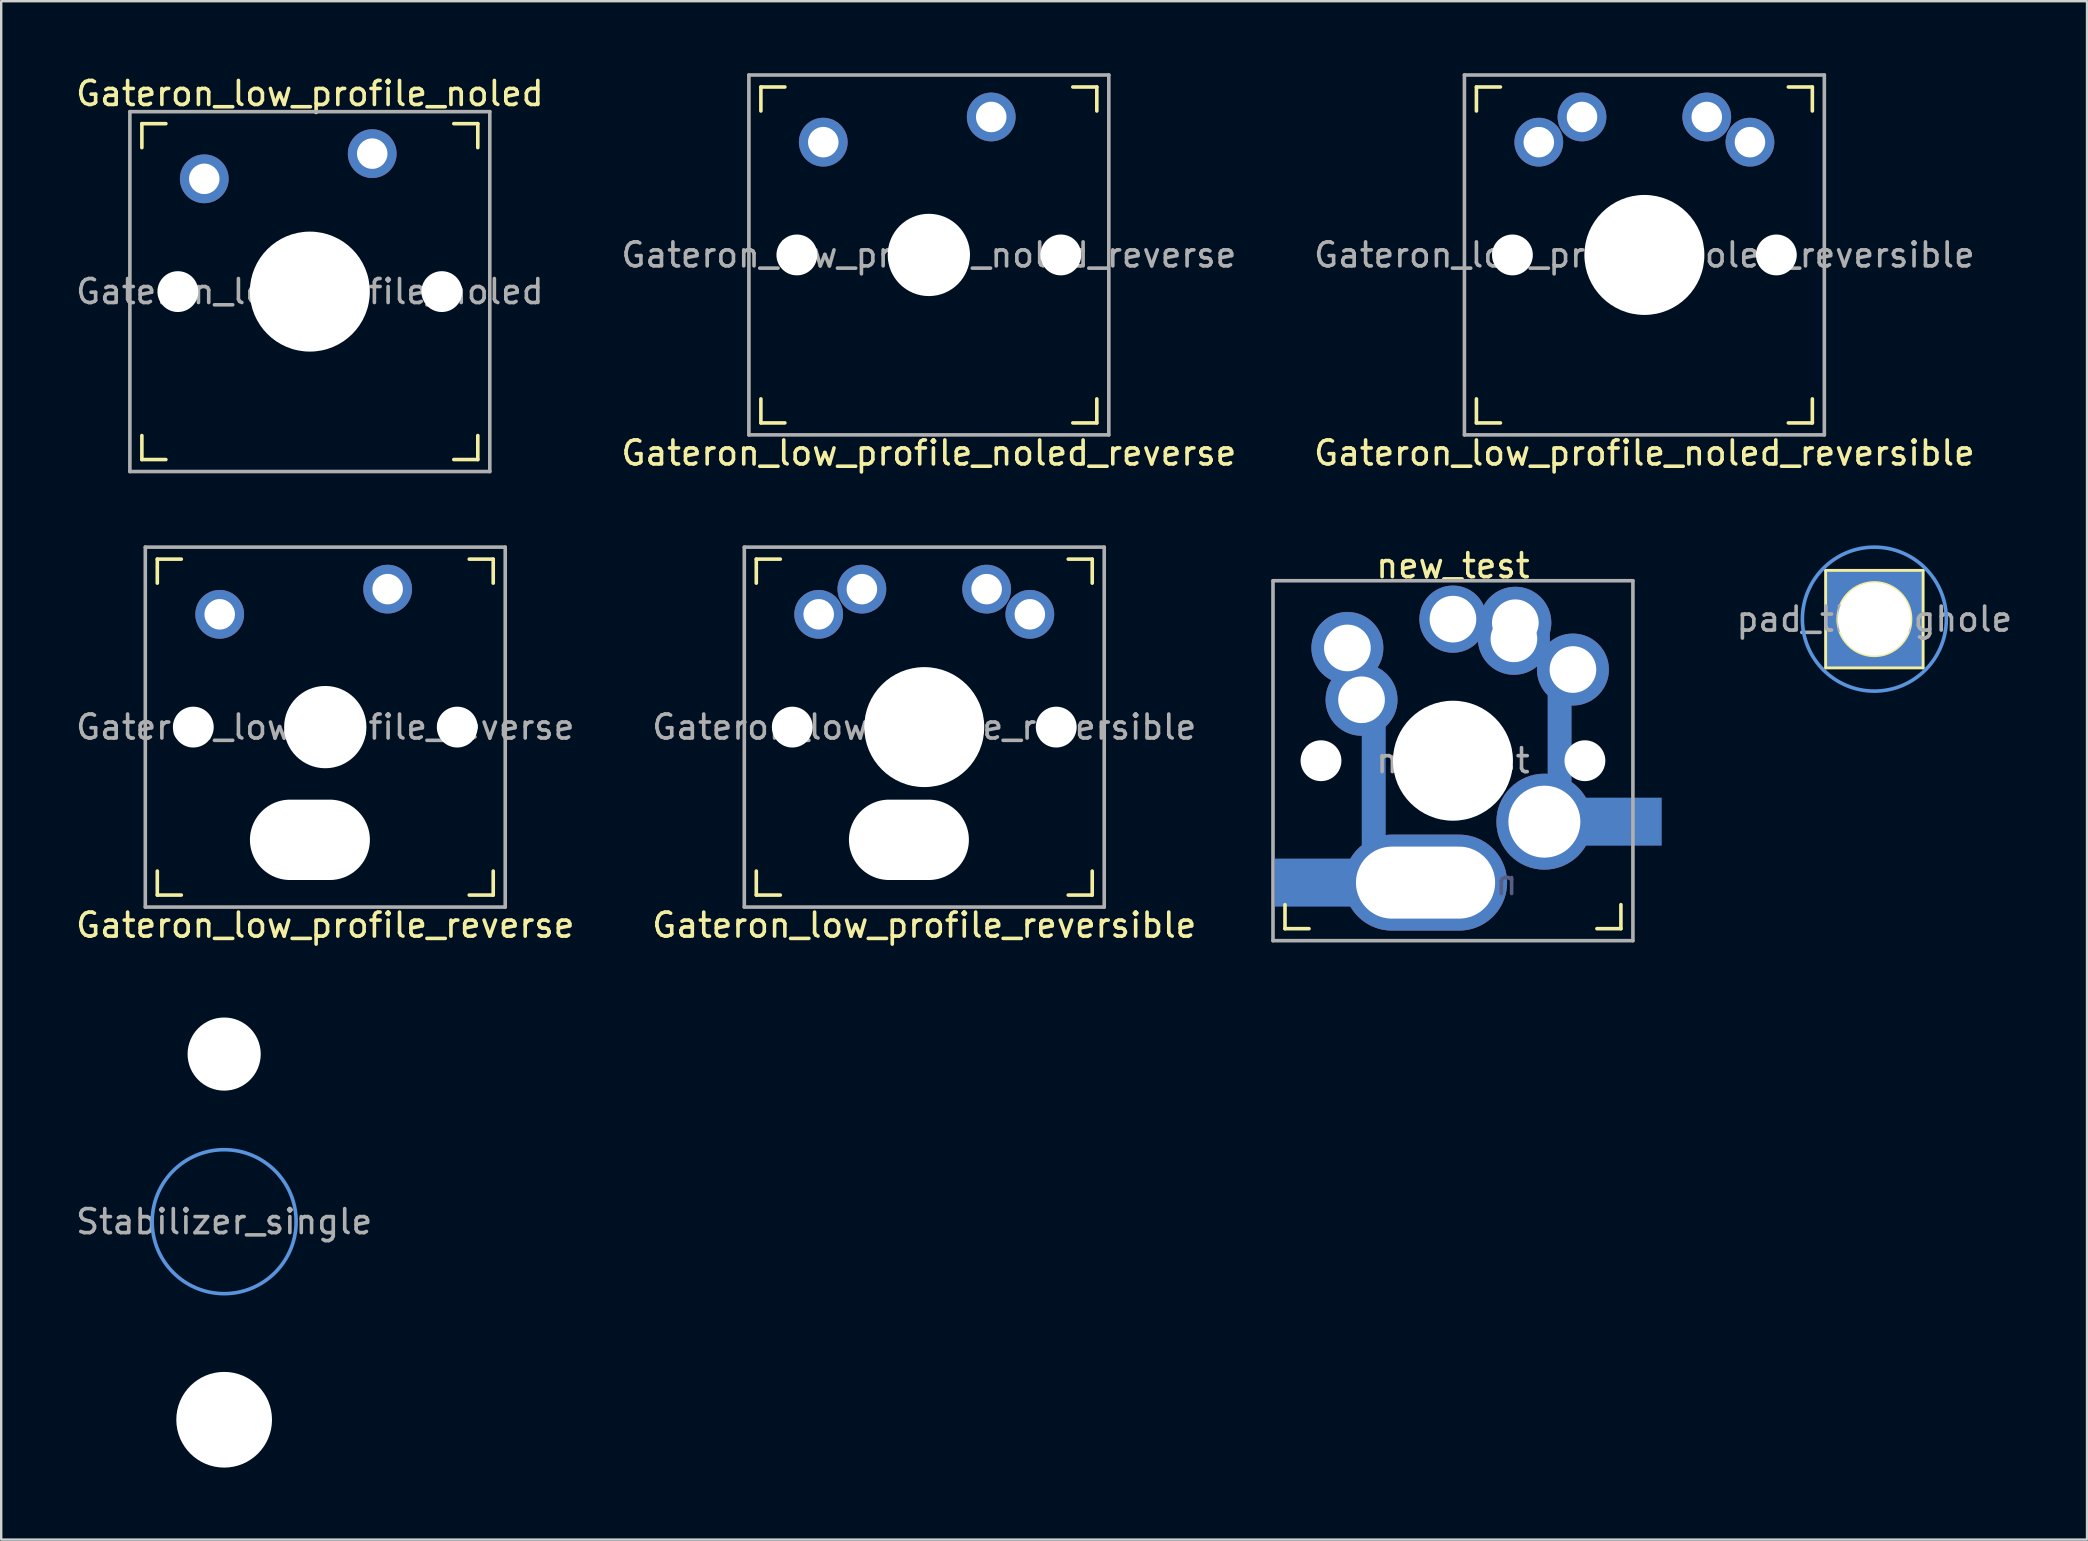
<source format=kicad_pcb>
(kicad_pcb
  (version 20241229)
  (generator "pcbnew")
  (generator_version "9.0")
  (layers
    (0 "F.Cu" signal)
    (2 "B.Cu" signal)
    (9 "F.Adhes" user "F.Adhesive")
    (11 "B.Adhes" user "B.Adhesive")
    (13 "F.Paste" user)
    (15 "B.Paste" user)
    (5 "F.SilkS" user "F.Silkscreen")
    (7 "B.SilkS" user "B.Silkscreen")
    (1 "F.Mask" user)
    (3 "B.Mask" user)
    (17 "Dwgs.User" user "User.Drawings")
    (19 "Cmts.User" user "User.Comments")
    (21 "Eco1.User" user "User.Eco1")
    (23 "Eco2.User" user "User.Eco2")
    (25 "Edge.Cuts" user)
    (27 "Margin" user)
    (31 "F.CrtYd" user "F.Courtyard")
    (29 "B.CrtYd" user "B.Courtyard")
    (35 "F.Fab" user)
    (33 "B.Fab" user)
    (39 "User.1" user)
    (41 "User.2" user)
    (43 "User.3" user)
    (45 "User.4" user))
  (footprint "new_test"
    (layer "F.Cu")
    (at 57.504 28.654)
    (property "Reference" "new_test" (at 0 -8.128 0) (layer "F.SilkS") (effects (font (size 1 1) (thickness 0.15))))
    (attr through_hole)
    (fp_line (start -7 7) (end -7 6) (stroke (width 0.15) (type solid)) (layer "F.SilkS"))
    (fp_line (start -7 7) (end -6 7) (stroke (width 0.15) (type solid)) (layer "F.SilkS"))
    (fp_line (start 6 7) (end 7 7) (stroke (width 0.15) (type solid)) (layer "F.SilkS"))
    (fp_line (start 7 6) (end 7 7) (stroke (width 0.15) (type solid)) (layer "F.SilkS"))
    (fp_line (start 5.842 0.635) (end 5.461 0.635) (stroke (width 0.15) (type solid)) (layer "B.SilkS"))
    (fp_line (start -6.9 6.9) (end -6.9 -6.9) (stroke (width 0.15) (type solid)) (layer "Eco2.User"))
    (fp_line (start -6.9 6.9) (end 6.9 6.9) (stroke (width 0.15) (type solid)) (layer "Eco2.User"))
    (fp_line (start 6.9 -6.9) (end -6.9 -6.9) (stroke (width 0.15) (type solid)) (layer "Eco2.User"))
    (fp_line (start 6.9 -6.9) (end 6.9 6.9) (stroke (width 0.15) (type solid)) (layer "Eco2.User"))
    (fp_line (start -7.5 -7.5) (end 7.5 -7.5) (stroke (width 0.15) (type solid)) (layer "F.Fab"))
    (fp_line (start -7.5 7.5) (end -7.5 -7.5) (stroke (width 0.15) (type solid)) (layer "F.Fab"))
    (fp_line (start 7.5 -7.5) (end 7.5 7.5) (stroke (width 0.15) (type solid)) (layer "F.Fab"))
    (fp_line (start 7.5 7.5) (end -7.5 7.5) (stroke (width 0.15) (type solid)) (layer "F.Fab"))
    (fp_text user "${REFERENCE}" (at -0.508 5.08 0) (layer "B.Fab") (effects (font (size 1 1) (thickness 0.15)) (justify mirror)))
    (fp_text user "${REFERENCE}" (at 0 0 180) (layer "F.Fab") (effects (font (size 1 1) (thickness 0.15))))
    (pad "" np_thru_hole circle (at -5.5 0 180) (size 1.702 1.702) (drill 1.702) (layers "*.Cu" "*.Mask"))
    (pad "" thru_hole circle (at -4.4 -4.7 180) (size 3 3) (drill 1.945) (layers "*.Cu" "*.Mask"))
    (pad "" thru_hole circle (at -3.81 -2.54) (size 3 3) (drill 1.945) (layers "*.Cu" "*.Mask"))
    (pad "" smd rect (at -3.302 1.016) (size 1 5) (layers "B.Cu"))
    (pad "" thru_hole circle (at 0 -5.9) (size 2.8 2.8) (drill 1.945) (layers "*.Cu" "*.Mask"))
    (pad "" np_thru_hole circle (at 0 0) (size 5 5) (drill 5) (layers "*.Cu" "*.Mask"))
    (pad "" thru_hole circle (at 2.54 -5.08) (size 3 3) (drill 1.945) (layers "*.Cu" "*.Mask"))
    (pad "" thru_hole circle (at 2.6 -5.75 180) (size 3 3) (drill 1.945) (layers "*.Cu" "*.Mask"))
    (pad "" smd rect (at 4.445 -1.016) (size 1 4) (layers "B.Cu"))
    (pad "" thru_hole circle (at 5 -3.8) (size 3 3) (drill 1.945) (layers "*.Cu" "*.Mask"))
    (pad "" np_thru_hole circle (at 5.5 0 180) (size 1.702 1.702) (drill 1.702) (layers "*.Cu" "*.Mask"))
    (pad "1" smd rect (at -5.82 5.08) (size 3.2 2) (layers "B.Cu" "B.Mask" "B.Paste"))
    (pad "1" thru_hole oval (at -1.143 5.08) (size 6.8 4) (drill oval 5.8 3) (layers "*.Cu" "*.Mask"))
    (pad "2" thru_hole circle (at 3.81 2.54) (size 4 4) (drill 3) (layers "*.Cu" "*.Mask"))
    (pad "2" smd rect (at 7.1 2.54) (size 3.2 2) (layers "B.Cu" "B.Mask" "B.Paste")))
  (footprint "Gateron_low_profile_reversible"
    (layer "F.Cu")
    (at 35.47 27.253)
    (property "Reference" "Gateron_low_profile_reversible" (at 0 8.255 180) (layer "F.SilkS") (effects (font (size 1 1) (thickness 0.15))))
    (attr through_hole)
    (fp_line (start -7 -6) (end -7 -7) (stroke (width 0.15) (type solid)) (layer "F.SilkS"))
    (fp_line (start -7 7) (end -7 6) (stroke (width 0.15) (type solid)) (layer "F.SilkS"))
    (fp_line (start -7 7) (end -6 7) (stroke (width 0.15) (type solid)) (layer "F.SilkS"))
    (fp_line (start -6 -7) (end -7 -7) (stroke (width 0.15) (type solid)) (layer "F.SilkS"))
    (fp_line (start 6 7) (end 7 7) (stroke (width 0.15) (type solid)) (layer "F.SilkS"))
    (fp_line (start 7 -7) (end 6 -7) (stroke (width 0.15) (type solid)) (layer "F.SilkS"))
    (fp_line (start 7 -7) (end 7 -6) (stroke (width 0.15) (type solid)) (layer "F.SilkS"))
    (fp_line (start 7 6) (end 7 7) (stroke (width 0.15) (type solid)) (layer "F.SilkS"))
    (fp_line (start -6.9 6.9) (end -6.9 -6.9) (stroke (width 0.15) (type solid)) (layer "Eco2.User"))
    (fp_line (start -6.9 6.9) (end 6.9 6.9) (stroke (width 0.15) (type solid)) (layer "Eco2.User"))
    (fp_line (start -3.048 3.1) (end -3.048 6.3) (stroke (width 0.15) (type solid)) (layer "Eco2.User"))
    (fp_line (start -3.048 6.3) (end 1.778 6.3) (stroke (width 0.15) (type solid)) (layer "Eco2.User"))
    (fp_line (start 1.778 3.1) (end -3.048 3.1) (stroke (width 0.15) (type solid)) (layer "Eco2.User"))
    (fp_line (start 1.778 3.1) (end 1.778 6.3) (stroke (width 0.15) (type solid)) (layer "Eco2.User"))
    (fp_line (start 6.9 -6.9) (end -6.9 -6.9) (stroke (width 0.15) (type solid)) (layer "Eco2.User"))
    (fp_line (start 6.9 -6.9) (end 6.9 6.9) (stroke (width 0.15) (type solid)) (layer "Eco2.User"))
    (fp_line (start -7.5 -7.5) (end 7.5 -7.5) (stroke (width 0.15) (type solid)) (layer "F.Fab"))
    (fp_line (start -7.5 7.5) (end -7.5 -7.5) (stroke (width 0.15) (type solid)) (layer "F.Fab"))
    (fp_line (start 7.5 -7.5) (end 7.5 7.5) (stroke (width 0.15) (type solid)) (layer "F.Fab"))
    (fp_line (start 7.5 7.5) (end -7.5 7.5) (stroke (width 0.15) (type solid)) (layer "F.Fab"))
    (fp_text user "${REFERENCE}" (at 0 0 180) (layer "F.Fab") (effects (font (size 1 1) (thickness 0.15))))
    (pad "" np_thru_hole circle (at -5.5 0 180) (size 1.702 1.702) (drill 1.702) (layers "*.Cu" "*.Mask"))
    (pad "" np_thru_hole oval (at -0.64 4.698) (size 5 3.35) (drill oval 5 3.35) (layers "*.Cu" "*.Mask"))
    (pad "" np_thru_hole circle (at 0 0 180) (size 5 5) (drill 5) (layers "*.Cu" "*.Mask"))
    (pad "" np_thru_hole circle (at 5.5 0 180) (size 1.702 1.702) (drill 1.702) (layers "*.Cu" "*.Mask"))
    (pad "1" thru_hole circle (at -4.4 -4.7 180) (size 2.032 2.032) (drill 1.27) (layers "*.Cu" "*.Mask"))
    (pad "1" thru_hole circle (at -2.6 -5.75 180) (size 2.032 2.032) (drill 1.27) (layers "*.Cu" "*.Mask"))
    (pad "2" thru_hole circle (at 2.6 -5.75 180) (size 2.032 2.032) (drill 1.27) (layers "*.Cu" "*.Mask"))
    (pad "2" thru_hole circle (at 4.4 -4.7 180) (size 2.032 2.032) (drill 1.27) (layers "*.Cu" "*.Mask")))
  (footprint "Gateron_low_profile_reverse"
    (layer "F.Cu")
    (at 10.506 27.253)
    (property "Reference" "Gateron_low_profile_reverse" (at 0 8.255 180) (layer "F.SilkS") (effects (font (size 1 1) (thickness 0.15))))
    (attr through_hole)
    (fp_line (start -7 -6) (end -7 -7) (stroke (width 0.15) (type solid)) (layer "F.SilkS"))
    (fp_line (start -7 7) (end -7 6) (stroke (width 0.15) (type solid)) (layer "F.SilkS"))
    (fp_line (start -7 7) (end -6 7) (stroke (width 0.15) (type solid)) (layer "F.SilkS"))
    (fp_line (start -6 -7) (end -7 -7) (stroke (width 0.15) (type solid)) (layer "F.SilkS"))
    (fp_line (start 6 7) (end 7 7) (stroke (width 0.15) (type solid)) (layer "F.SilkS"))
    (fp_line (start 7 -7) (end 6 -7) (stroke (width 0.15) (type solid)) (layer "F.SilkS"))
    (fp_line (start 7 -7) (end 7 -6) (stroke (width 0.15) (type solid)) (layer "F.SilkS"))
    (fp_line (start 7 6) (end 7 7) (stroke (width 0.15) (type solid)) (layer "F.SilkS"))
    (fp_line (start -6.9 6.9) (end -6.9 -6.9) (stroke (width 0.15) (type solid)) (layer "Eco2.User"))
    (fp_line (start -6.9 6.9) (end 6.9 6.9) (stroke (width 0.15) (type solid)) (layer "Eco2.User"))
    (fp_line (start -3.048 3.1) (end -3.048 6.3) (stroke (width 0.15) (type solid)) (layer "Eco2.User"))
    (fp_line (start -3.048 6.3) (end 1.778 6.3) (stroke (width 0.15) (type solid)) (layer "Eco2.User"))
    (fp_line (start 1.778 3.1) (end -3.048 3.1) (stroke (width 0.15) (type solid)) (layer "Eco2.User"))
    (fp_line (start 1.778 3.1) (end 1.778 6.3) (stroke (width 0.15) (type solid)) (layer "Eco2.User"))
    (fp_line (start 6.9 -6.9) (end -6.9 -6.9) (stroke (width 0.15) (type solid)) (layer "Eco2.User"))
    (fp_line (start 6.9 -6.9) (end 6.9 6.9) (stroke (width 0.15) (type solid)) (layer "Eco2.User"))
    (fp_line (start -7.5 -7.5) (end 7.5 -7.5) (stroke (width 0.15) (type solid)) (layer "F.Fab"))
    (fp_line (start -7.5 7.5) (end -7.5 -7.5) (stroke (width 0.15) (type solid)) (layer "F.Fab"))
    (fp_line (start 7.5 -7.5) (end 7.5 7.5) (stroke (width 0.15) (type solid)) (layer "F.Fab"))
    (fp_line (start 7.5 7.5) (end -7.5 7.5) (stroke (width 0.15) (type solid)) (layer "F.Fab"))
    (fp_text user "${REFERENCE}" (at 0 0 180) (layer "F.Fab") (effects (font (size 1 1) (thickness 0.15))))
    (pad "" np_thru_hole circle (at -5.5 0 180) (size 1.702 1.702) (drill 1.702) (layers "*.Cu" "*.Mask"))
    (pad "" np_thru_hole oval (at -0.64 4.698) (size 5 3.35) (drill oval 5 3.35) (layers "*.Cu" "*.Mask"))
    (pad "" np_thru_hole circle (at 0 0 180) (size 3.429 3.429) (drill 3.429) (layers "*.Cu" "*.Mask"))
    (pad "" np_thru_hole circle (at 5.5 0 180) (size 1.702 1.702) (drill 1.702) (layers "*.Cu" "*.Mask"))
    (pad "1" thru_hole circle (at -4.4 -4.7 180) (size 2.032 2.032) (drill 1.27) (layers "*.Cu" "*.Mask"))
    (pad "2" thru_hole circle (at 2.6 -5.75 180) (size 2.032 2.032) (drill 1.27) (layers "*.Cu" "*.Mask")))
  (footprint "Stabilizer_single"
    (layer "F.Cu")
    (at 6.292 47.865)
    (property "Reference" "Stabilizer_single" (at 0 0 0) (layer "F.Fab") (effects (font (size 1 1) (thickness 0.15))))
    (attr through_hole)
    (fp_circle (center 0 0) (end 3 0) (stroke (width 0.15) (type solid)) (fill no) (layer "Cmts.User"))
    (pad "" np_thru_hole circle (at 0 -6.985) (size 3.048 3.048) (drill 3.048) (layers "*.Cu" "*.Mask"))
    (pad "" np_thru_hole circle (at 0 8.255) (size 3.988 3.988) (drill 3.988) (layers "*.Cu" "*.Mask")))
  (footprint "Gateron_low_profile_noled"
    (layer "F.Cu")
    (at 9.863 9.103)
    (property "Reference" "Gateron_low_profile_noled" (at 0 -8.255 0) (layer "F.SilkS") (effects (font (size 1 1) (thickness 0.15))))
    (attr through_hole)
    (fp_line (start -7 -6) (end -7 -7) (stroke (width 0.15) (type solid)) (layer "F.SilkS"))
    (fp_line (start -7 7) (end -7 6) (stroke (width 0.15) (type solid)) (layer "F.SilkS"))
    (fp_line (start -7 7) (end -6 7) (stroke (width 0.15) (type solid)) (layer "F.SilkS"))
    (fp_line (start -6 -7) (end -7 -7) (stroke (width 0.15) (type solid)) (layer "F.SilkS"))
    (fp_line (start 6 7) (end 7 7) (stroke (width 0.15) (type solid)) (layer "F.SilkS"))
    (fp_line (start 7 -7) (end 6 -7) (stroke (width 0.15) (type solid)) (layer "F.SilkS"))
    (fp_line (start 7 -7) (end 7 -6) (stroke (width 0.15) (type solid)) (layer "F.SilkS"))
    (fp_line (start 7 6) (end 7 7) (stroke (width 0.15) (type solid)) (layer "F.SilkS"))
    (fp_line (start -6.9 6.9) (end -6.9 -6.9) (stroke (width 0.15) (type solid)) (layer "Eco2.User"))
    (fp_line (start -6.9 6.9) (end 6.9 6.9) (stroke (width 0.15) (type solid)) (layer "Eco2.User"))
    (fp_line (start 6.9 -6.9) (end -6.9 -6.9) (stroke (width 0.15) (type solid)) (layer "Eco2.User"))
    (fp_line (start 6.9 -6.9) (end 6.9 6.9) (stroke (width 0.15) (type solid)) (layer "Eco2.User"))
    (fp_line (start -7.5 -7.5) (end 7.5 -7.5) (stroke (width 0.15) (type solid)) (layer "F.Fab"))
    (fp_line (start -7.5 7.5) (end -7.5 -7.5) (stroke (width 0.15) (type solid)) (layer "F.Fab"))
    (fp_line (start 7.5 -7.5) (end 7.5 7.5) (stroke (width 0.15) (type solid)) (layer "F.Fab"))
    (fp_line (start 7.5 7.5) (end -7.5 7.5) (stroke (width 0.15) (type solid)) (layer "F.Fab"))
    (fp_text user "${REFERENCE}" (at 0 0 0) (layer "F.Fab") (effects (font (size 1 1) (thickness 0.15))))
    (pad "" np_thru_hole circle (at -5.5 0) (size 1.702 1.702) (drill 1.702) (layers "*.Cu" "*.Mask"))
    (pad "" np_thru_hole circle (at 0 0) (size 5 5) (drill 5) (layers "*.Cu" "*.Mask"))
    (pad "" np_thru_hole circle (at 5.5 0) (size 1.702 1.702) (drill 1.702) (layers "*.Cu" "*.Mask"))
    (pad "1" thru_hole circle (at -4.4 -4.7 180) (size 2.032 2.032) (drill 1.27) (layers "*.Cu" "*.Mask"))
    (pad "2" thru_hole circle (at 2.6 -5.75 180) (size 2.032 2.032) (drill 1.27) (layers "*.Cu" "*.Mask")))
  (footprint "Gateron_low_profile_noled_reversible"
    (layer "F.Cu")
    (at 65.482 7.575)
    (property "Reference" "Gateron_low_profile_noled_reversible" (at 0 8.255 180) (layer "F.SilkS") (effects (font (size 1 1) (thickness 0.15))))
    (attr through_hole)
    (fp_line (start -7 -6) (end -7 -7) (stroke (width 0.15) (type solid)) (layer "F.SilkS"))
    (fp_line (start -7 7) (end -7 6) (stroke (width 0.15) (type solid)) (layer "F.SilkS"))
    (fp_line (start -7 7) (end -6 7) (stroke (width 0.15) (type solid)) (layer "F.SilkS"))
    (fp_line (start -6 -7) (end -7 -7) (stroke (width 0.15) (type solid)) (layer "F.SilkS"))
    (fp_line (start 6 7) (end 7 7) (stroke (width 0.15) (type solid)) (layer "F.SilkS"))
    (fp_line (start 7 -7) (end 6 -7) (stroke (width 0.15) (type solid)) (layer "F.SilkS"))
    (fp_line (start 7 -7) (end 7 -6) (stroke (width 0.15) (type solid)) (layer "F.SilkS"))
    (fp_line (start 7 6) (end 7 7) (stroke (width 0.15) (type solid)) (layer "F.SilkS"))
    (fp_line (start -6.9 6.9) (end -6.9 -6.9) (stroke (width 0.15) (type solid)) (layer "Eco2.User"))
    (fp_line (start -6.9 6.9) (end 6.9 6.9) (stroke (width 0.15) (type solid)) (layer "Eco2.User"))
    (fp_line (start 6.9 -6.9) (end -6.9 -6.9) (stroke (width 0.15) (type solid)) (layer "Eco2.User"))
    (fp_line (start 6.9 -6.9) (end 6.9 6.9) (stroke (width 0.15) (type solid)) (layer "Eco2.User"))
    (fp_line (start -7.5 -7.5) (end 7.5 -7.5) (stroke (width 0.15) (type solid)) (layer "F.Fab"))
    (fp_line (start -7.5 7.5) (end -7.5 -7.5) (stroke (width 0.15) (type solid)) (layer "F.Fab"))
    (fp_line (start 7.5 -7.5) (end 7.5 7.5) (stroke (width 0.15) (type solid)) (layer "F.Fab"))
    (fp_line (start 7.5 7.5) (end -7.5 7.5) (stroke (width 0.15) (type solid)) (layer "F.Fab"))
    (fp_text user "${REFERENCE}" (at 0 0 180) (layer "F.Fab") (effects (font (size 1 1) (thickness 0.15))))
    (pad "" np_thru_hole circle (at -5.5 0 180) (size 1.702 1.702) (drill 1.702) (layers "*.Cu" "*.Mask"))
    (pad "" np_thru_hole circle (at 0 0 180) (size 5 5) (drill 5) (layers "*.Cu" "*.Mask"))
    (pad "" np_thru_hole circle (at 5.5 0 180) (size 1.702 1.702) (drill 1.702) (layers "*.Cu" "*.Mask"))
    (pad "1" thru_hole circle (at -4.4 -4.7 180) (size 2.032 2.032) (drill 1.27) (layers "*.Cu" "*.Mask"))
    (pad "1" thru_hole circle (at -2.6 -5.75 180) (size 2.032 2.032) (drill 1.27) (layers "*.Cu" "*.Mask"))
    (pad "2" thru_hole circle (at 2.6 -5.75 180) (size 2.032 2.032) (drill 1.27) (layers "*.Cu" "*.Mask"))
    (pad "2" thru_hole circle (at 4.4 -4.7 180) (size 2.032 2.032) (drill 1.27) (layers "*.Cu" "*.Mask")))
  (footprint "Gateron_low_profile_noled_reverse"
    (layer "F.Cu")
    (at 35.661 7.575)
    (property "Reference" "Gateron_low_profile_noled_reverse" (at 0 8.255 180) (layer "F.SilkS") (effects (font (size 1 1) (thickness 0.15))))
    (attr through_hole)
    (fp_line (start -7 -6) (end -7 -7) (stroke (width 0.15) (type solid)) (layer "F.SilkS"))
    (fp_line (start -7 7) (end -7 6) (stroke (width 0.15) (type solid)) (layer "F.SilkS"))
    (fp_line (start -7 7) (end -6 7) (stroke (width 0.15) (type solid)) (layer "F.SilkS"))
    (fp_line (start -6 -7) (end -7 -7) (stroke (width 0.15) (type solid)) (layer "F.SilkS"))
    (fp_line (start 6 7) (end 7 7) (stroke (width 0.15) (type solid)) (layer "F.SilkS"))
    (fp_line (start 7 -7) (end 6 -7) (stroke (width 0.15) (type solid)) (layer "F.SilkS"))
    (fp_line (start 7 -7) (end 7 -6) (stroke (width 0.15) (type solid)) (layer "F.SilkS"))
    (fp_line (start 7 6) (end 7 7) (stroke (width 0.15) (type solid)) (layer "F.SilkS"))
    (fp_line (start -6.9 6.9) (end -6.9 -6.9) (stroke (width 0.15) (type solid)) (layer "Eco2.User"))
    (fp_line (start -6.9 6.9) (end 6.9 6.9) (stroke (width 0.15) (type solid)) (layer "Eco2.User"))
    (fp_line (start 6.9 -6.9) (end -6.9 -6.9) (stroke (width 0.15) (type solid)) (layer "Eco2.User"))
    (fp_line (start 6.9 -6.9) (end 6.9 6.9) (stroke (width 0.15) (type solid)) (layer "Eco2.User"))
    (fp_line (start -7.5 -7.5) (end 7.5 -7.5) (stroke (width 0.15) (type solid)) (layer "F.Fab"))
    (fp_line (start -7.5 7.5) (end -7.5 -7.5) (stroke (width 0.15) (type solid)) (layer "F.Fab"))
    (fp_line (start 7.5 -7.5) (end 7.5 7.5) (stroke (width 0.15) (type solid)) (layer "F.Fab"))
    (fp_line (start 7.5 7.5) (end -7.5 7.5) (stroke (width 0.15) (type solid)) (layer "F.Fab"))
    (fp_text user "${REFERENCE}" (at 0 0 180) (layer "F.Fab") (effects (font (size 1 1) (thickness 0.15))))
    (pad "" np_thru_hole circle (at -5.5 0 180) (size 1.702 1.702) (drill 1.702) (layers "*.Cu" "*.Mask"))
    (pad "" np_thru_hole circle (at 0 0 180) (size 3.429 3.429) (drill 3.429) (layers "*.Cu" "*.Mask"))
    (pad "" np_thru_hole circle (at 5.5 0 180) (size 1.702 1.702) (drill 1.702) (layers "*.Cu" "*.Mask"))
    (pad "1" thru_hole circle (at -4.4 -4.7 180) (size 2.032 2.032) (drill 1.27) (layers "*.Cu" "*.Mask"))
    (pad "2" thru_hole circle (at 2.6 -5.75 180) (size 2.032 2.032) (drill 1.27) (layers "*.Cu" "*.Mask")))
  (footprint "pad_throughole"
    (layer "F.Cu")
    (at 75.067 22.753)
    (property "Reference" "pad_throughole" (at 0 0 0) (layer "F.Fab") (effects (font (size 1 1) (thickness 0.15))))
    (attr through_hole)
    (fp_line (start -2.032 -2.032) (end -2.032 2.032) (stroke (width 0.12) (type solid)) (layer "F.SilkS"))
    (fp_line (start -2.032 2.032) (end 2.032 2.032) (stroke (width 0.12) (type solid)) (layer "F.SilkS"))
    (fp_line (start 2.032 -2.032) (end -2.032 -2.032) (stroke (width 0.12) (type solid)) (layer "F.SilkS"))
    (fp_line (start 2.032 2.032) (end 2.032 -2.032) (stroke (width 0.12) (type solid)) (layer "F.SilkS"))
    (fp_circle (center 0 0) (end 1.524 0) (stroke (width 0.12) (type solid)) (fill no) (layer "F.SilkS"))
    (fp_circle (center 0 0) (end 3 0) (stroke (width 0.15) (type solid)) (fill no) (layer "Cmts.User"))
    (pad "1" thru_hole rect (at 0 0) (size 4.06 4.06) (drill 3.04) (layers "*.Cu" "*.Mask")))
  (gr_rect
    (start -3 -3)
    (end 83.93 61.114)
    (stroke (width 0.1) (type default))
    (fill no)
    (layer "Edge.Cuts")))
</source>
